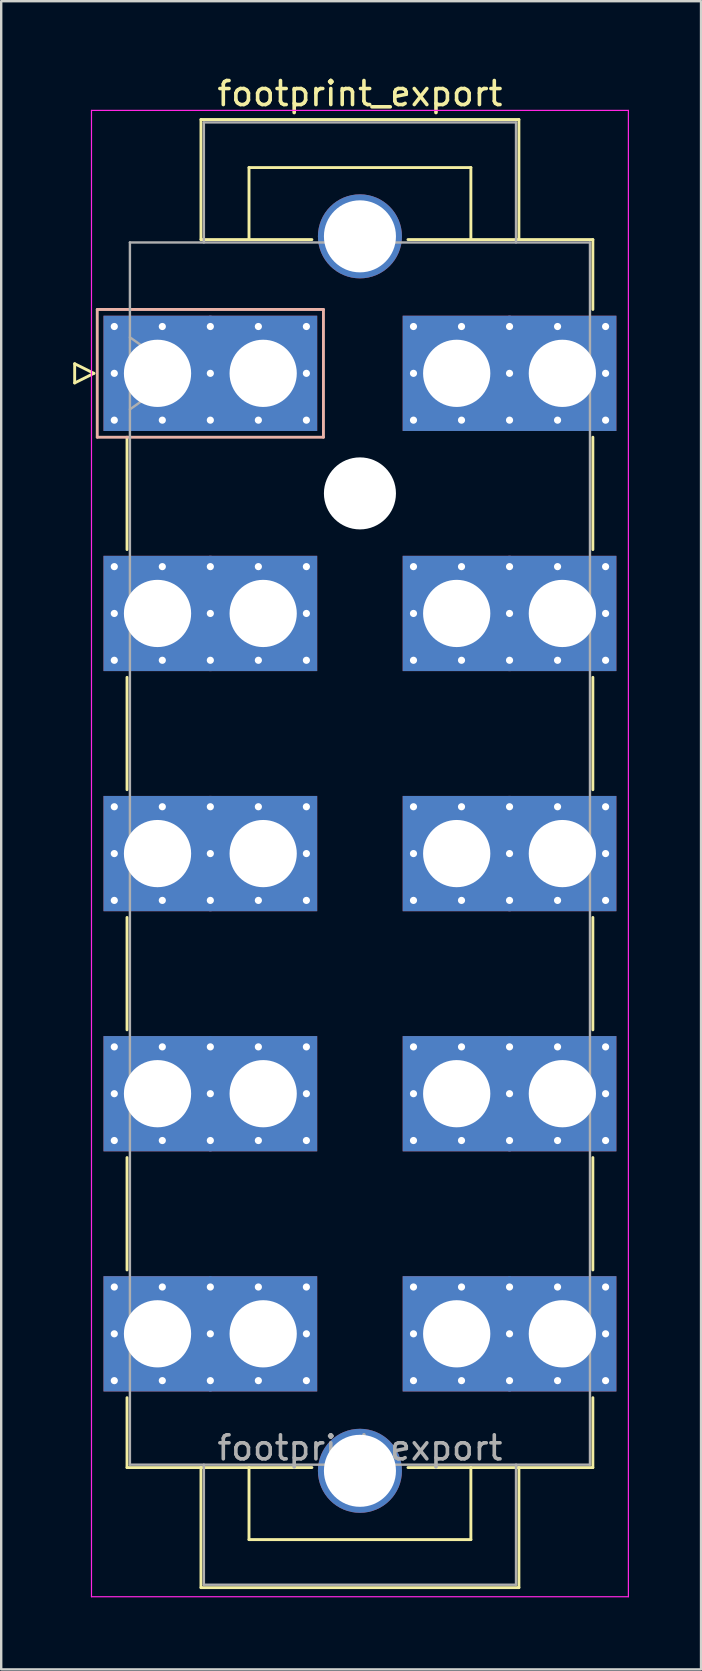
<source format=kicad_pcb>
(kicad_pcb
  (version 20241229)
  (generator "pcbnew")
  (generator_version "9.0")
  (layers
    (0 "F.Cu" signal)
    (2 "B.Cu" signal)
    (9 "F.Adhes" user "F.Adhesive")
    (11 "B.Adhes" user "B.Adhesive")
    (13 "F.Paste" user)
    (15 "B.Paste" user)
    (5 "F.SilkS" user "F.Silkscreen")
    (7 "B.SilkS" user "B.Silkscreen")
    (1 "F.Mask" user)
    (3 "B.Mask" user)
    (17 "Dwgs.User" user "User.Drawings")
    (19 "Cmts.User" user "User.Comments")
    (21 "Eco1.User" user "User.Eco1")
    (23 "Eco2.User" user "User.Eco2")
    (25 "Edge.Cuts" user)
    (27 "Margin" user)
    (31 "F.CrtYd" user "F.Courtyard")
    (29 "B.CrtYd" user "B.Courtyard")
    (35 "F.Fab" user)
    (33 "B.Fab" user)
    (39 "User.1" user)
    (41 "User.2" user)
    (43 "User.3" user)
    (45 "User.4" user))
  (footprint "footprint_export"
    (layer "F.Cu")
    (at 3.51 12.498)
    (property "Reference" "footprint_export" (at 8.43 -11.65 0) (layer "F.SilkS") (effects (font (size 1 1) (thickness 0.15))))
    (attr through_hole)
    (fp_line (start -3.45 -0.4) (end -3.45 0.4) (stroke (width 0.12) (type solid)) (layer "F.SilkS"))
    (fp_line (start -3.45 0.4) (end -2.65 0) (stroke (width 0.12) (type solid)) (layer "F.SilkS"))
    (fp_line (start -2.65 0) (end -3.45 -0.4) (stroke (width 0.12) (type solid)) (layer "F.SilkS"))
    (fp_line (start -1.27 2.66) (end -1.27 7.34) (stroke (width 0.12) (type solid)) (layer "F.SilkS"))
    (fp_line (start -1.27 12.66) (end -1.27 17.34) (stroke (width 0.12) (type solid)) (layer "F.SilkS"))
    (fp_line (start -1.27 22.66) (end -1.27 27.34) (stroke (width 0.12) (type solid)) (layer "F.SilkS"))
    (fp_line (start -1.27 32.66) (end -1.27 37.34) (stroke (width 0.12) (type solid)) (layer "F.SilkS"))
    (fp_line (start -1.27 42.66) (end -1.27 45.57) (stroke (width 0.12) (type solid)) (layer "F.SilkS"))
    (fp_line (start -1.27 45.57) (end 6.43 45.57) (stroke (width 0.12) (type solid)) (layer "F.SilkS"))
    (fp_line (start 1.81 -10.57) (end 15.05 -10.57) (stroke (width 0.12) (type solid)) (layer "F.SilkS"))
    (fp_line (start 1.81 -5.57) (end 1.81 -10.57) (stroke (width 0.12) (type solid)) (layer "F.SilkS"))
    (fp_line (start 1.81 45.57) (end 1.81 50.57) (stroke (width 0.12) (type solid)) (layer "F.SilkS"))
    (fp_line (start 1.81 50.57) (end 15.05 50.57) (stroke (width 0.12) (type solid)) (layer "F.SilkS"))
    (fp_line (start 3.81 -8.57) (end 13.05 -8.57) (stroke (width 0.12) (type solid)) (layer "F.SilkS"))
    (fp_line (start 3.81 -5.57) (end 3.81 -8.57) (stroke (width 0.12) (type solid)) (layer "F.SilkS"))
    (fp_line (start 3.81 45.57) (end 3.81 48.57) (stroke (width 0.12) (type solid)) (layer "F.SilkS"))
    (fp_line (start 3.81 48.57) (end 13.05 48.57) (stroke (width 0.12) (type solid)) (layer "F.SilkS"))
    (fp_line (start 6.43 -5.57) (end 1.81 -5.57) (stroke (width 0.12) (type solid)) (layer "F.SilkS"))
    (fp_line (start 13.05 -8.57) (end 13.05 -5.57) (stroke (width 0.12) (type solid)) (layer "F.SilkS"))
    (fp_line (start 13.05 48.57) (end 13.05 45.57) (stroke (width 0.12) (type solid)) (layer "F.SilkS"))
    (fp_line (start 15.05 -10.57) (end 15.05 -5.57) (stroke (width 0.12) (type solid)) (layer "F.SilkS"))
    (fp_line (start 15.05 50.57) (end 15.05 45.57) (stroke (width 0.12) (type solid)) (layer "F.SilkS"))
    (fp_line (start 18.13 -5.57) (end 10.43 -5.57) (stroke (width 0.12) (type solid)) (layer "F.SilkS"))
    (fp_line (start 18.13 -2.66) (end 18.13 -5.57) (stroke (width 0.12) (type solid)) (layer "F.SilkS"))
    (fp_line (start 18.13 2.66) (end 18.13 7.34) (stroke (width 0.12) (type solid)) (layer "F.SilkS"))
    (fp_line (start 18.13 12.66) (end 18.13 17.34) (stroke (width 0.12) (type solid)) (layer "F.SilkS"))
    (fp_line (start 18.13 22.66) (end 18.13 27.34) (stroke (width 0.12) (type solid)) (layer "F.SilkS"))
    (fp_line (start 18.13 32.66) (end 18.13 37.34) (stroke (width 0.12) (type solid)) (layer "F.SilkS"))
    (fp_line (start 18.13 42.66) (end 18.13 45.57) (stroke (width 0.12) (type solid)) (layer "F.SilkS"))
    (fp_line (start 18.13 45.57) (end 10.43 45.57) (stroke (width 0.12) (type solid)) (layer "F.SilkS"))
    (fp_line (start -2.51 -2.66) (end -2.51 2.66) (stroke (width 0.12) (type solid)) (layer "B.SilkS"))
    (fp_line (start -2.51 2.66) (end 6.91 2.66) (stroke (width 0.12) (type solid)) (layer "B.SilkS"))
    (fp_line (start 6.91 -2.66) (end -2.51 -2.66) (stroke (width 0.12) (type solid)) (layer "B.SilkS"))
    (fp_line (start 6.91 2.66) (end 6.91 -2.66) (stroke (width 0.12) (type solid)) (layer "B.SilkS"))
    (fp_line (start -2.75 -10.95) (end -2.75 50.95) (stroke (width 0.05) (type solid)) (layer "F.CrtYd"))
    (fp_line (start -2.75 50.95) (end 19.61 50.95) (stroke (width 0.05) (type solid)) (layer "F.CrtYd"))
    (fp_line (start 19.61 -10.95) (end -2.75 -10.95) (stroke (width 0.05) (type solid)) (layer "F.CrtYd"))
    (fp_line (start 19.61 50.95) (end 19.61 -10.95) (stroke (width 0.05) (type solid)) (layer "F.CrtYd"))
    (fp_line (start -1.15 -5.45) (end -1.15 45.45) (stroke (width 0.1) (type solid)) (layer "F.Fab"))
    (fp_line (start -1.15 -1.5) (end 0.971 0) (stroke (width 0.1) (type solid)) (layer "F.Fab"))
    (fp_line (start -1.15 45.45) (end 18.01 45.45) (stroke (width 0.1) (type solid)) (layer "F.Fab"))
    (fp_line (start 0.971 0) (end -1.15 1.5) (stroke (width 0.1) (type solid)) (layer "F.Fab"))
    (fp_line (start 1.93 -10.45) (end 14.93 -10.45) (stroke (width 0.1) (type solid)) (layer "F.Fab"))
    (fp_line (start 1.93 -5.45) (end 1.93 -10.45) (stroke (width 0.1) (type solid)) (layer "F.Fab"))
    (fp_line (start 1.93 45.45) (end 1.93 50.45) (stroke (width 0.1) (type solid)) (layer "F.Fab"))
    (fp_line (start 1.93 50.45) (end 14.93 50.45) (stroke (width 0.1) (type solid)) (layer "F.Fab"))
    (fp_line (start 14.93 -10.45) (end 14.93 -5.45) (stroke (width 0.1) (type solid)) (layer "F.Fab"))
    (fp_line (start 14.93 50.45) (end 14.93 45.45) (stroke (width 0.1) (type solid)) (layer "F.Fab"))
    (fp_line (start 18.01 -5.45) (end -1.15 -5.45) (stroke (width 0.1) (type solid)) (layer "F.Fab"))
    (fp_line (start 18.01 45.45) (end 18.01 -5.45) (stroke (width 0.1) (type solid)) (layer "F.Fab"))
    (fp_text user "${REFERENCE}" (at 8.43 44.75 0) (layer "F.Fab") (effects (font (size 1 1) (thickness 0.15))))
    (pad "" thru_hole circle (at 8.43 -5.705) (size 3.5 3.5) (drill 3) (layers "*.Cu" "*.Mask"))
    (pad "" np_thru_hole circle (at 8.43 5) (size 3 3) (drill 3) (layers "*.Cu" "*.Mask"))
    (pad "" thru_hole circle (at 8.43 45.705) (size 3.5 3.5) (drill 3) (layers "*.Cu" "*.Mask"))
    (pad "1" thru_hole roundrect (at -1.8 -1.95) (size 0.6 0.6) (drill 0.3) (layers "*.Cu" "*.Mask") (roundrect_rratio 0.25))
    (pad "1" thru_hole roundrect (at -1.8 0) (size 0.6 0.6) (drill 0.3) (layers "*.Cu" "*.Mask") (roundrect_rratio 0.25))
    (pad "1" thru_hole roundrect (at -1.8 1.95) (size 0.6 0.6) (drill 0.3) (layers "*.Cu" "*.Mask") (roundrect_rratio 0.25))
    (pad "1" thru_hole rect (at 0 0) (size 4.5 4.8) (drill 2.8) (layers "*.Cu" "*.Mask"))
    (pad "1" thru_hole roundrect (at 0.2 -1.95) (size 0.6 0.6) (drill 0.3) (layers "*.Cu" "*.Mask") (roundrect_rratio 0.25))
    (pad "1" thru_hole roundrect (at 0.2 1.95) (size 0.6 0.6) (drill 0.3) (layers "*.Cu" "*.Mask") (roundrect_rratio 0.25))
    (pad "1" thru_hole roundrect (at 2.2 -1.95) (size 0.6 0.6) (drill 0.3) (layers "*.Cu" "*.Mask") (roundrect_rratio 0.25))
    (pad "1" thru_hole roundrect (at 2.2 0) (size 0.6 0.6) (drill 0.3) (layers "*.Cu" "*.Mask") (roundrect_rratio 0.25))
    (pad "1" thru_hole roundrect (at 2.2 1.95) (size 0.6 0.6) (drill 0.3) (layers "*.Cu" "*.Mask") (roundrect_rratio 0.25))
    (pad "1" thru_hole roundrect (at 4.2 -1.95) (size 0.6 0.6) (drill 0.3) (layers "*.Cu" "*.Mask") (roundrect_rratio 0.25))
    (pad "1" thru_hole roundrect (at 4.2 1.95) (size 0.6 0.6) (drill 0.3) (layers "*.Cu" "*.Mask") (roundrect_rratio 0.25))
    (pad "1" thru_hole rect (at 4.4 0) (size 4.5 4.8) (drill 2.8) (layers "*.Cu" "*.Mask"))
    (pad "1" thru_hole roundrect (at 6.2 -1.95) (size 0.6 0.6) (drill 0.3) (layers "*.Cu" "*.Mask") (roundrect_rratio 0.25))
    (pad "1" thru_hole roundrect (at 6.2 0) (size 0.6 0.6) (drill 0.3) (layers "*.Cu" "*.Mask") (roundrect_rratio 0.25))
    (pad "1" thru_hole roundrect (at 6.2 1.95) (size 0.6 0.6) (drill 0.3) (layers "*.Cu" "*.Mask") (roundrect_rratio 0.25))
    (pad "2" thru_hole circle (at -1.8 8.05) (size 0.6 0.6) (drill 0.3) (layers "*.Cu" "*.Mask"))
    (pad "2" thru_hole circle (at -1.8 10) (size 0.6 0.6) (drill 0.3) (layers "*.Cu" "*.Mask"))
    (pad "2" thru_hole circle (at -1.8 11.95) (size 0.6 0.6) (drill 0.3) (layers "*.Cu" "*.Mask"))
    (pad "2" thru_hole rect (at 0 10) (size 4.5 4.8) (drill 2.8) (layers "*.Cu" "*.Mask"))
    (pad "2" thru_hole circle (at 0.2 8.05) (size 0.6 0.6) (drill 0.3) (layers "*.Cu" "*.Mask"))
    (pad "2" thru_hole circle (at 0.2 11.95) (size 0.6 0.6) (drill 0.3) (layers "*.Cu" "*.Mask"))
    (pad "2" thru_hole circle (at 2.2 8.05) (size 0.6 0.6) (drill 0.3) (layers "*.Cu" "*.Mask"))
    (pad "2" thru_hole circle (at 2.2 10) (size 0.6 0.6) (drill 0.3) (layers "*.Cu" "*.Mask"))
    (pad "2" thru_hole circle (at 2.2 11.95) (size 0.6 0.6) (drill 0.3) (layers "*.Cu" "*.Mask"))
    (pad "2" thru_hole circle (at 4.2 8.05) (size 0.6 0.6) (drill 0.3) (layers "*.Cu" "*.Mask"))
    (pad "2" thru_hole circle (at 4.2 11.95) (size 0.6 0.6) (drill 0.3) (layers "*.Cu" "*.Mask"))
    (pad "2" thru_hole rect (at 4.4 10) (size 4.5 4.8) (drill 2.8) (layers "*.Cu" "*.Mask"))
    (pad "2" thru_hole circle (at 6.2 8.05) (size 0.6 0.6) (drill 0.3) (layers "*.Cu" "*.Mask"))
    (pad "2" thru_hole circle (at 6.2 10) (size 0.6 0.6) (drill 0.3) (layers "*.Cu" "*.Mask"))
    (pad "2" thru_hole circle (at 6.2 11.95) (size 0.6 0.6) (drill 0.3) (layers "*.Cu" "*.Mask"))
    (pad "3" thru_hole circle (at -1.8 18.05) (size 0.6 0.6) (drill 0.3) (layers "*.Cu" "*.Mask"))
    (pad "3" thru_hole circle (at -1.8 20) (size 0.6 0.6) (drill 0.3) (layers "*.Cu" "*.Mask"))
    (pad "3" thru_hole circle (at -1.8 21.95) (size 0.6 0.6) (drill 0.3) (layers "*.Cu" "*.Mask"))
    (pad "3" thru_hole rect (at 0 20) (size 4.5 4.8) (drill 2.8) (layers "*.Cu" "*.Mask"))
    (pad "3" thru_hole circle (at 0.2 18.05) (size 0.6 0.6) (drill 0.3) (layers "*.Cu" "*.Mask"))
    (pad "3" thru_hole circle (at 0.2 21.95) (size 0.6 0.6) (drill 0.3) (layers "*.Cu" "*.Mask"))
    (pad "3" thru_hole circle (at 2.2 18.05) (size 0.6 0.6) (drill 0.3) (layers "*.Cu" "*.Mask"))
    (pad "3" thru_hole circle (at 2.2 20) (size 0.6 0.6) (drill 0.3) (layers "*.Cu" "*.Mask"))
    (pad "3" thru_hole circle (at 2.2 21.95) (size 0.6 0.6) (drill 0.3) (layers "*.Cu" "*.Mask"))
    (pad "3" thru_hole circle (at 4.2 18.05) (size 0.6 0.6) (drill 0.3) (layers "*.Cu" "*.Mask"))
    (pad "3" thru_hole circle (at 4.2 21.95) (size 0.6 0.6) (drill 0.3) (layers "*.Cu" "*.Mask"))
    (pad "3" thru_hole rect (at 4.4 20) (size 4.5 4.8) (drill 2.8) (layers "*.Cu" "*.Mask"))
    (pad "3" thru_hole circle (at 6.2 18.05) (size 0.6 0.6) (drill 0.3) (layers "*.Cu" "*.Mask"))
    (pad "3" thru_hole circle (at 6.2 20) (size 0.6 0.6) (drill 0.3) (layers "*.Cu" "*.Mask"))
    (pad "3" thru_hole circle (at 6.2 21.95) (size 0.6 0.6) (drill 0.3) (layers "*.Cu" "*.Mask"))
    (pad "4" thru_hole circle (at -1.8 28.05) (size 0.6 0.6) (drill 0.3) (layers "*.Cu" "*.Mask"))
    (pad "4" thru_hole circle (at -1.8 30) (size 0.6 0.6) (drill 0.3) (layers "*.Cu" "*.Mask"))
    (pad "4" thru_hole circle (at -1.8 31.95) (size 0.6 0.6) (drill 0.3) (layers "*.Cu" "*.Mask"))
    (pad "4" thru_hole rect (at 0 30) (size 4.5 4.8) (drill 2.8) (layers "*.Cu" "*.Mask"))
    (pad "4" thru_hole circle (at 0.2 28.05) (size 0.6 0.6) (drill 0.3) (layers "*.Cu" "*.Mask"))
    (pad "4" thru_hole circle (at 0.2 31.95) (size 0.6 0.6) (drill 0.3) (layers "*.Cu" "*.Mask"))
    (pad "4" thru_hole circle (at 2.2 28.05) (size 0.6 0.6) (drill 0.3) (layers "*.Cu" "*.Mask"))
    (pad "4" thru_hole circle (at 2.2 30) (size 0.6 0.6) (drill 0.3) (layers "*.Cu" "*.Mask"))
    (pad "4" thru_hole circle (at 2.2 31.95) (size 0.6 0.6) (drill 0.3) (layers "*.Cu" "*.Mask"))
    (pad "4" thru_hole circle (at 4.2 28.05) (size 0.6 0.6) (drill 0.3) (layers "*.Cu" "*.Mask"))
    (pad "4" thru_hole circle (at 4.2 31.95) (size 0.6 0.6) (drill 0.3) (layers "*.Cu" "*.Mask"))
    (pad "4" thru_hole rect (at 4.4 30) (size 4.5 4.8) (drill 2.8) (layers "*.Cu" "*.Mask"))
    (pad "4" thru_hole circle (at 6.2 28.05) (size 0.6 0.6) (drill 0.3) (layers "*.Cu" "*.Mask"))
    (pad "4" thru_hole circle (at 6.2 30) (size 0.6 0.6) (drill 0.3) (layers "*.Cu" "*.Mask"))
    (pad "4" thru_hole circle (at 6.2 31.95) (size 0.6 0.6) (drill 0.3) (layers "*.Cu" "*.Mask"))
    (pad "5" thru_hole circle (at -1.8 38.05) (size 0.6 0.6) (drill 0.3) (layers "*.Cu" "*.Mask"))
    (pad "5" thru_hole circle (at -1.8 40) (size 0.6 0.6) (drill 0.3) (layers "*.Cu" "*.Mask"))
    (pad "5" thru_hole circle (at -1.8 41.95) (size 0.6 0.6) (drill 0.3) (layers "*.Cu" "*.Mask"))
    (pad "5" thru_hole rect (at 0 40) (size 4.5 4.8) (drill 2.8) (layers "*.Cu" "*.Mask"))
    (pad "5" thru_hole circle (at 0.2 38.05) (size 0.6 0.6) (drill 0.3) (layers "*.Cu" "*.Mask"))
    (pad "5" thru_hole circle (at 0.2 41.95) (size 0.6 0.6) (drill 0.3) (layers "*.Cu" "*.Mask"))
    (pad "5" thru_hole circle (at 2.2 38.05) (size 0.6 0.6) (drill 0.3) (layers "*.Cu" "*.Mask"))
    (pad "5" thru_hole circle (at 2.2 40) (size 0.6 0.6) (drill 0.3) (layers "*.Cu" "*.Mask"))
    (pad "5" thru_hole circle (at 2.2 41.95) (size 0.6 0.6) (drill 0.3) (layers "*.Cu" "*.Mask"))
    (pad "5" thru_hole circle (at 4.2 38.05) (size 0.6 0.6) (drill 0.3) (layers "*.Cu" "*.Mask"))
    (pad "5" thru_hole circle (at 4.2 41.95) (size 0.6 0.6) (drill 0.3) (layers "*.Cu" "*.Mask"))
    (pad "5" thru_hole rect (at 4.4 40) (size 4.5 4.8) (drill 2.8) (layers "*.Cu" "*.Mask"))
    (pad "5" thru_hole circle (at 6.2 38.05) (size 0.6 0.6) (drill 0.3) (layers "*.Cu" "*.Mask"))
    (pad "5" thru_hole circle (at 6.2 40) (size 0.6 0.6) (drill 0.3) (layers "*.Cu" "*.Mask"))
    (pad "5" thru_hole circle (at 6.2 41.95) (size 0.6 0.6) (drill 0.3) (layers "*.Cu" "*.Mask"))
    (pad "6" thru_hole circle (at 10.66 -1.95) (size 0.6 0.6) (drill 0.3) (layers "*.Cu" "*.Mask"))
    (pad "6" thru_hole circle (at 10.66 0) (size 0.6 0.6) (drill 0.3) (layers "*.Cu" "*.Mask"))
    (pad "6" thru_hole circle (at 10.66 1.95) (size 0.6 0.6) (drill 0.3) (layers "*.Cu" "*.Mask"))
    (pad "6" thru_hole rect (at 12.46 0) (size 4.5 4.8) (drill 2.8) (layers "*.Cu" "*.Mask"))
    (pad "6" thru_hole circle (at 12.66 -1.95) (size 0.6 0.6) (drill 0.3) (layers "*.Cu" "*.Mask"))
    (pad "6" thru_hole circle (at 12.66 1.95) (size 0.6 0.6) (drill 0.3) (layers "*.Cu" "*.Mask"))
    (pad "6" thru_hole circle (at 14.66 -1.95) (size 0.6 0.6) (drill 0.3) (layers "*.Cu" "*.Mask"))
    (pad "6" thru_hole circle (at 14.66 0) (size 0.6 0.6) (drill 0.3) (layers "*.Cu" "*.Mask"))
    (pad "6" thru_hole circle (at 14.66 1.95) (size 0.6 0.6) (drill 0.3) (layers "*.Cu" "*.Mask"))
    (pad "6" thru_hole circle (at 16.66 -1.95) (size 0.6 0.6) (drill 0.3) (layers "*.Cu" "*.Mask"))
    (pad "6" thru_hole circle (at 16.66 1.95) (size 0.6 0.6) (drill 0.3) (layers "*.Cu" "*.Mask"))
    (pad "6" thru_hole rect (at 16.86 0) (size 4.5 4.8) (drill 2.8) (layers "*.Cu" "*.Mask"))
    (pad "6" thru_hole circle (at 18.66 -1.95) (size 0.6 0.6) (drill 0.3) (layers "*.Cu" "*.Mask"))
    (pad "6" thru_hole circle (at 18.66 0) (size 0.6 0.6) (drill 0.3) (layers "*.Cu" "*.Mask"))
    (pad "6" thru_hole circle (at 18.66 1.95) (size 0.6 0.6) (drill 0.3) (layers "*.Cu" "*.Mask"))
    (pad "7" thru_hole circle (at 10.66 8.05) (size 0.6 0.6) (drill 0.3) (layers "*.Cu" "*.Mask"))
    (pad "7" thru_hole circle (at 10.66 10) (size 0.6 0.6) (drill 0.3) (layers "*.Cu" "*.Mask"))
    (pad "7" thru_hole circle (at 10.66 11.95) (size 0.6 0.6) (drill 0.3) (layers "*.Cu" "*.Mask"))
    (pad "7" thru_hole rect (at 12.46 10) (size 4.5 4.8) (drill 2.8) (layers "*.Cu" "*.Mask"))
    (pad "7" thru_hole circle (at 12.66 8.05) (size 0.6 0.6) (drill 0.3) (layers "*.Cu" "*.Mask"))
    (pad "7" thru_hole circle (at 12.66 11.95) (size 0.6 0.6) (drill 0.3) (layers "*.Cu" "*.Mask"))
    (pad "7" thru_hole circle (at 14.66 8.05) (size 0.6 0.6) (drill 0.3) (layers "*.Cu" "*.Mask"))
    (pad "7" thru_hole circle (at 14.66 10) (size 0.6 0.6) (drill 0.3) (layers "*.Cu" "*.Mask"))
    (pad "7" thru_hole circle (at 14.66 11.95) (size 0.6 0.6) (drill 0.3) (layers "*.Cu" "*.Mask"))
    (pad "7" thru_hole circle (at 16.66 8.05) (size 0.6 0.6) (drill 0.3) (layers "*.Cu" "*.Mask"))
    (pad "7" thru_hole circle (at 16.66 11.95) (size 0.6 0.6) (drill 0.3) (layers "*.Cu" "*.Mask"))
    (pad "7" thru_hole rect (at 16.86 10) (size 4.5 4.8) (drill 2.8) (layers "*.Cu" "*.Mask"))
    (pad "7" thru_hole circle (at 18.66 8.05) (size 0.6 0.6) (drill 0.3) (layers "*.Cu" "*.Mask"))
    (pad "7" thru_hole circle (at 18.66 10) (size 0.6 0.6) (drill 0.3) (layers "*.Cu" "*.Mask"))
    (pad "7" thru_hole circle (at 18.66 11.95) (size 0.6 0.6) (drill 0.3) (layers "*.Cu" "*.Mask"))
    (pad "8" thru_hole circle (at 10.66 18.05) (size 0.6 0.6) (drill 0.3) (layers "*.Cu" "*.Mask"))
    (pad "8" thru_hole circle (at 10.66 20) (size 0.6 0.6) (drill 0.3) (layers "*.Cu" "*.Mask"))
    (pad "8" thru_hole circle (at 10.66 21.95) (size 0.6 0.6) (drill 0.3) (layers "*.Cu" "*.Mask"))
    (pad "8" thru_hole rect (at 12.46 20) (size 4.5 4.8) (drill 2.8) (layers "*.Cu" "*.Mask"))
    (pad "8" thru_hole circle (at 12.66 18.05) (size 0.6 0.6) (drill 0.3) (layers "*.Cu" "*.Mask"))
    (pad "8" thru_hole circle (at 12.66 21.95) (size 0.6 0.6) (drill 0.3) (layers "*.Cu" "*.Mask"))
    (pad "8" thru_hole circle (at 14.66 18.05) (size 0.6 0.6) (drill 0.3) (layers "*.Cu" "*.Mask"))
    (pad "8" thru_hole circle (at 14.66 20) (size 0.6 0.6) (drill 0.3) (layers "*.Cu" "*.Mask"))
    (pad "8" thru_hole circle (at 14.66 21.95) (size 0.6 0.6) (drill 0.3) (layers "*.Cu" "*.Mask"))
    (pad "8" thru_hole circle (at 16.66 18.05) (size 0.6 0.6) (drill 0.3) (layers "*.Cu" "*.Mask"))
    (pad "8" thru_hole circle (at 16.66 21.95) (size 0.6 0.6) (drill 0.3) (layers "*.Cu" "*.Mask"))
    (pad "8" thru_hole rect (at 16.86 20) (size 4.5 4.8) (drill 2.8) (layers "*.Cu" "*.Mask"))
    (pad "8" thru_hole circle (at 18.66 18.05) (size 0.6 0.6) (drill 0.3) (layers "*.Cu" "*.Mask"))
    (pad "8" thru_hole circle (at 18.66 20) (size 0.6 0.6) (drill 0.3) (layers "*.Cu" "*.Mask"))
    (pad "8" thru_hole circle (at 18.66 21.95) (size 0.6 0.6) (drill 0.3) (layers "*.Cu" "*.Mask"))
    (pad "9" thru_hole circle (at 10.66 28.05) (size 0.6 0.6) (drill 0.3) (layers "*.Cu" "*.Mask"))
    (pad "9" thru_hole circle (at 10.66 30) (size 0.6 0.6) (drill 0.3) (layers "*.Cu" "*.Mask"))
    (pad "9" thru_hole circle (at 10.66 31.95) (size 0.6 0.6) (drill 0.3) (layers "*.Cu" "*.Mask"))
    (pad "9" thru_hole rect (at 12.46 30) (size 4.5 4.8) (drill 2.8) (layers "*.Cu" "*.Mask"))
    (pad "9" thru_hole circle (at 12.66 28.05) (size 0.6 0.6) (drill 0.3) (layers "*.Cu" "*.Mask"))
    (pad "9" thru_hole circle (at 12.66 31.95) (size 0.6 0.6) (drill 0.3) (layers "*.Cu" "*.Mask"))
    (pad "9" thru_hole circle (at 14.66 28.05) (size 0.6 0.6) (drill 0.3) (layers "*.Cu" "*.Mask"))
    (pad "9" thru_hole circle (at 14.66 30) (size 0.6 0.6) (drill 0.3) (layers "*.Cu" "*.Mask"))
    (pad "9" thru_hole circle (at 14.66 31.95) (size 0.6 0.6) (drill 0.3) (layers "*.Cu" "*.Mask"))
    (pad "9" thru_hole circle (at 16.66 28.05) (size 0.6 0.6) (drill 0.3) (layers "*.Cu" "*.Mask"))
    (pad "9" thru_hole circle (at 16.66 31.95) (size 0.6 0.6) (drill 0.3) (layers "*.Cu" "*.Mask"))
    (pad "9" thru_hole rect (at 16.86 30) (size 4.5 4.8) (drill 2.8) (layers "*.Cu" "*.Mask"))
    (pad "9" thru_hole circle (at 18.66 28.05) (size 0.6 0.6) (drill 0.3) (layers "*.Cu" "*.Mask"))
    (pad "9" thru_hole circle (at 18.66 30) (size 0.6 0.6) (drill 0.3) (layers "*.Cu" "*.Mask"))
    (pad "9" thru_hole circle (at 18.66 31.95) (size 0.6 0.6) (drill 0.3) (layers "*.Cu" "*.Mask"))
    (pad "10" thru_hole circle (at 10.66 38.05) (size 0.6 0.6) (drill 0.3) (layers "*.Cu" "*.Mask"))
    (pad "10" thru_hole circle (at 10.66 40) (size 0.6 0.6) (drill 0.3) (layers "*.Cu" "*.Mask"))
    (pad "10" thru_hole circle (at 10.66 41.95) (size 0.6 0.6) (drill 0.3) (layers "*.Cu" "*.Mask"))
    (pad "10" thru_hole rect (at 12.46 40) (size 4.5 4.8) (drill 2.8) (layers "*.Cu" "*.Mask"))
    (pad "10" thru_hole circle (at 12.66 38.05) (size 0.6 0.6) (drill 0.3) (layers "*.Cu" "*.Mask"))
    (pad "10" thru_hole circle (at 12.66 41.95) (size 0.6 0.6) (drill 0.3) (layers "*.Cu" "*.Mask"))
    (pad "10" thru_hole circle (at 14.66 38.05) (size 0.6 0.6) (drill 0.3) (layers "*.Cu" "*.Mask"))
    (pad "10" thru_hole circle (at 14.66 40) (size 0.6 0.6) (drill 0.3) (layers "*.Cu" "*.Mask"))
    (pad "10" thru_hole circle (at 14.66 41.95) (size 0.6 0.6) (drill 0.3) (layers "*.Cu" "*.Mask"))
    (pad "10" thru_hole circle (at 16.66 38.05) (size 0.6 0.6) (drill 0.3) (layers "*.Cu" "*.Mask"))
    (pad "10" thru_hole circle (at 16.66 41.95) (size 0.6 0.6) (drill 0.3) (layers "*.Cu" "*.Mask"))
    (pad "10" thru_hole rect (at 16.86 40) (size 4.5 4.8) (drill 2.8) (layers "*.Cu" "*.Mask"))
    (pad "10" thru_hole circle (at 18.66 38.05) (size 0.6 0.6) (drill 0.3) (layers "*.Cu" "*.Mask"))
    (pad "10" thru_hole circle (at 18.66 40) (size 0.6 0.6) (drill 0.3) (layers "*.Cu" "*.Mask"))
    (pad "10" thru_hole circle (at 18.66 41.95) (size 0.6 0.6) (drill 0.3) (layers "*.Cu" "*.Mask")))
  (gr_rect
    (start -3 -3)
    (end 26.145 66.473)
    (stroke (width 0.1) (type default))
    (fill no)
    (layer "Edge.Cuts")))
</source>
